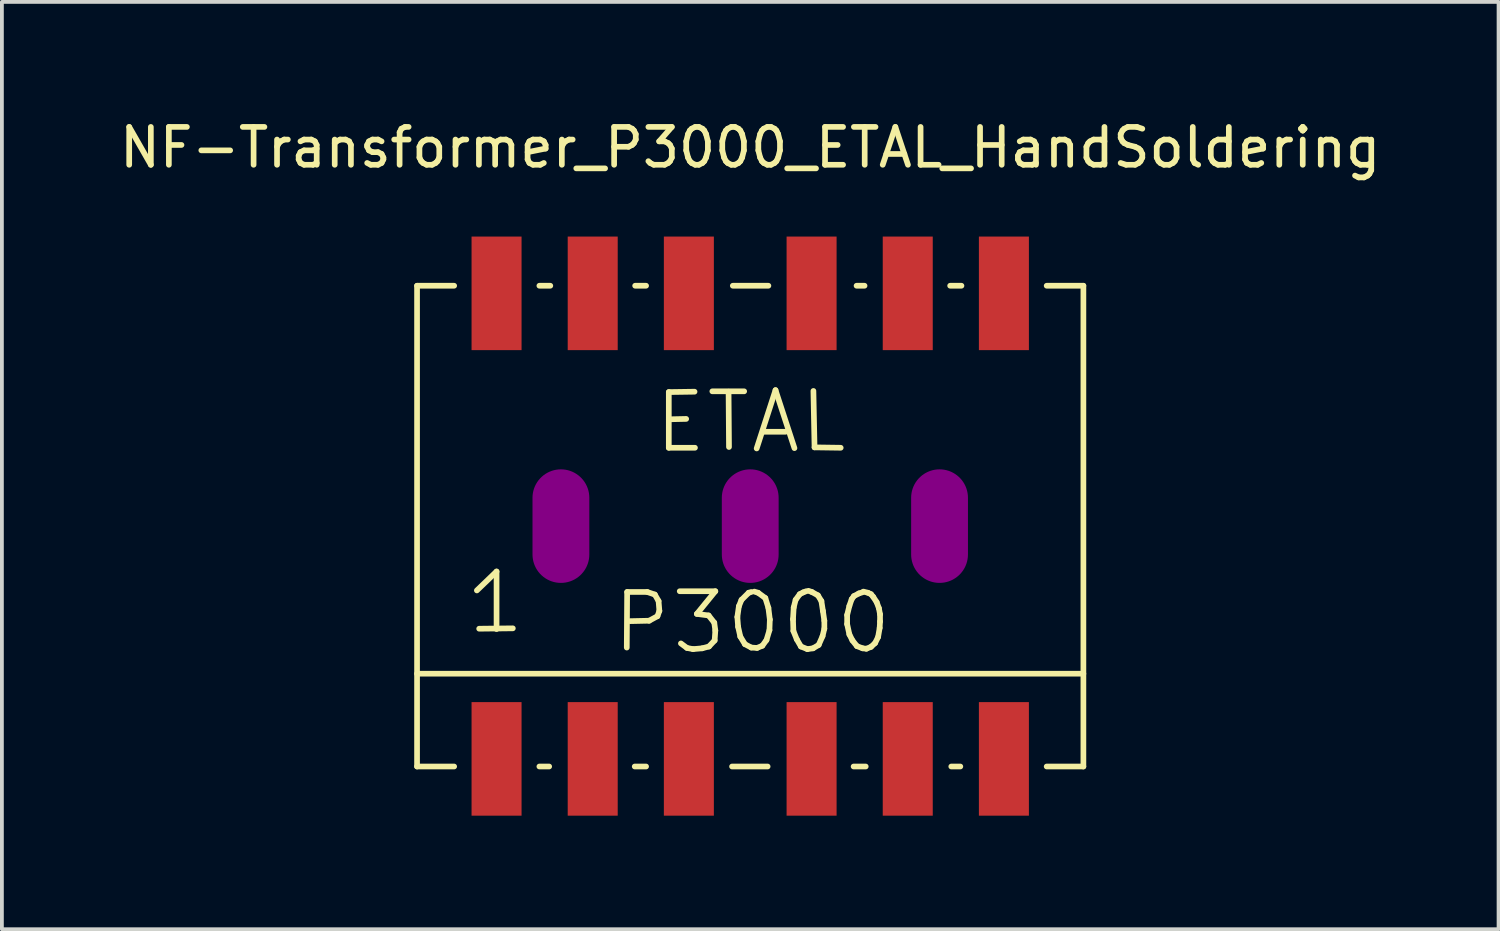
<source format=kicad_pcb>
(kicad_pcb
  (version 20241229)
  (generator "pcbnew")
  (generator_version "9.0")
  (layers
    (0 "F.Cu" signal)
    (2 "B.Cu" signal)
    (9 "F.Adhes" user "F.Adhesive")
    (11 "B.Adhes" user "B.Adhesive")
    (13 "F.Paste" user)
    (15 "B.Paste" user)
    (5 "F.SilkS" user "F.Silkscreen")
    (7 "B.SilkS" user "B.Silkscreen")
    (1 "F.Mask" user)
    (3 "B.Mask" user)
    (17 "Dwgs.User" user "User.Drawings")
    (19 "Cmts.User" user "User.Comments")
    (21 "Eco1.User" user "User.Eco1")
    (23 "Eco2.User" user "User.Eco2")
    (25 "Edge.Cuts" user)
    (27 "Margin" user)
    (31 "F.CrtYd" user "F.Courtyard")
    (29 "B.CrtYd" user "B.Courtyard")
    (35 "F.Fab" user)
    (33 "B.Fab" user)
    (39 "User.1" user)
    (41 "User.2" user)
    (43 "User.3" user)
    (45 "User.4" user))
  (footprint "NF-Transformer_P3000_ETAL_HandSoldering"
    (layer "F.Cu")
    (at 16.768 10.848)
    (property "Reference" "NF-Transformer_P3000_ETAL_HandSoldering" (at 0 -10 0) (layer "F.SilkS") (effects (font (size 1 1) (thickness 0.15))))
    (attr smd)
    (fp_line (start -8.801 -6.35) (end -7.821 -6.35) (stroke (width 0.15) (type solid)) (layer "F.SilkS"))
    (fp_line (start -8.801 6.35) (end -8.801 -6.35) (stroke (width 0.15) (type solid)) (layer "F.SilkS"))
    (fp_line (start -7.821 6.35) (end -8.801 6.35) (stroke (width 0.15) (type solid)) (layer "F.SilkS"))
    (fp_line (start -7.221 1.699) (end -6.701 1.199) (stroke (width 0.15) (type solid)) (layer "F.SilkS"))
    (fp_line (start -7.16 2.71) (end -6.271 2.7) (stroke (width 0.15) (type solid)) (layer "F.SilkS"))
    (fp_line (start -6.701 1.199) (end -6.701 2.72) (stroke (width 0.15) (type solid)) (layer "F.SilkS"))
    (fp_line (start -5.57 -6.35) (end -5.281 -6.35) (stroke (width 0.15) (type solid)) (layer "F.SilkS"))
    (fp_line (start -5.311 6.35) (end -5.57 6.35) (stroke (width 0.15) (type solid)) (layer "F.SilkS"))
    (fp_line (start -3.261 3.208) (end -3.251 1.74) (stroke (width 0.15) (type solid)) (layer "F.SilkS"))
    (fp_line (start -3.251 1.74) (end -2.72 1.74) (stroke (width 0.15) (type solid)) (layer "F.SilkS"))
    (fp_line (start -3.04 -6.35) (end -2.751 -6.35) (stroke (width 0.15) (type solid)) (layer "F.SilkS"))
    (fp_line (start -2.751 6.35) (end -3.051 6.35) (stroke (width 0.15) (type solid)) (layer "F.SilkS"))
    (fp_line (start -2.72 1.74) (end -2.52 1.808) (stroke (width 0.15) (type solid)) (layer "F.SilkS"))
    (fp_line (start -2.67 2.499) (end -3.17 2.51) (stroke (width 0.15) (type solid)) (layer "F.SilkS"))
    (fp_line (start -2.52 1.808) (end -2.421 1.979) (stroke (width 0.15) (type solid)) (layer "F.SilkS"))
    (fp_line (start -2.451 2.38) (end -2.67 2.499) (stroke (width 0.15) (type solid)) (layer "F.SilkS"))
    (fp_line (start -2.421 1.979) (end -2.4 2.24) (stroke (width 0.15) (type solid)) (layer "F.SilkS"))
    (fp_line (start -2.4 2.24) (end -2.451 2.38) (stroke (width 0.15) (type solid)) (layer "F.SilkS"))
    (fp_line (start -2.151 -3.541) (end -2.151 -2.07) (stroke (width 0.15) (type solid)) (layer "F.SilkS"))
    (fp_line (start -2.151 -2.822) (end -1.692 -2.832) (stroke (width 0.15) (type solid)) (layer "F.SilkS"))
    (fp_line (start -2.151 -2.07) (end -1.46 -2.07) (stroke (width 0.15) (type solid)) (layer "F.SilkS"))
    (fp_line (start -1.862 1.72) (end -0.922 1.72) (stroke (width 0.15) (type solid)) (layer "F.SilkS"))
    (fp_line (start -1.671 3.218) (end -1.831 3.099) (stroke (width 0.15) (type solid)) (layer "F.SilkS"))
    (fp_line (start -1.511 3.249) (end -1.671 3.218) (stroke (width 0.15) (type solid)) (layer "F.SilkS"))
    (fp_line (start -1.471 -3.551) (end -2.151 -3.541) (stroke (width 0.15) (type solid)) (layer "F.SilkS"))
    (fp_line (start -1.41 2.319) (end -1.1 2.36) (stroke (width 0.15) (type solid)) (layer "F.SilkS"))
    (fp_line (start -1.27 3.228) (end -1.511 3.249) (stroke (width 0.15) (type solid)) (layer "F.SilkS"))
    (fp_line (start -1.1 2.36) (end -0.95 2.55) (stroke (width 0.15) (type solid)) (layer "F.SilkS"))
    (fp_line (start -1.09 3.18) (end -1.27 3.228) (stroke (width 0.15) (type solid)) (layer "F.SilkS"))
    (fp_line (start -1.001 -3.561) (end -0.16 -3.561) (stroke (width 0.15) (type solid)) (layer "F.SilkS"))
    (fp_line (start -0.95 2.55) (end -0.922 2.758) (stroke (width 0.15) (type solid)) (layer "F.SilkS"))
    (fp_line (start -0.94 3.02) (end -1.09 3.18) (stroke (width 0.15) (type solid)) (layer "F.SilkS"))
    (fp_line (start -0.922 1.72) (end -1.41 2.319) (stroke (width 0.15) (type solid)) (layer "F.SilkS"))
    (fp_line (start -0.922 2.758) (end -0.94 3.02) (stroke (width 0.15) (type solid)) (layer "F.SilkS"))
    (fp_line (start -0.572 -3.551) (end -0.561 -2.09) (stroke (width 0.15) (type solid)) (layer "F.SilkS"))
    (fp_line (start -0.46 -6.35) (end 0.48 -6.35) (stroke (width 0.15) (type solid)) (layer "F.SilkS"))
    (fp_line (start -0.34 2.4) (end -0.3 2.118) (stroke (width 0.15) (type solid)) (layer "F.SilkS"))
    (fp_line (start -0.32 2.659) (end -0.34 2.4) (stroke (width 0.15) (type solid)) (layer "F.SilkS"))
    (fp_line (start -0.3 2.118) (end -0.231 1.948) (stroke (width 0.15) (type solid)) (layer "F.SilkS"))
    (fp_line (start -0.262 2.918) (end -0.32 2.659) (stroke (width 0.15) (type solid)) (layer "F.SilkS"))
    (fp_line (start -0.231 1.948) (end -0.041 1.76) (stroke (width 0.15) (type solid)) (layer "F.SilkS"))
    (fp_line (start -0.14 3.119) (end -0.262 2.918) (stroke (width 0.15) (type solid)) (layer "F.SilkS"))
    (fp_line (start -0.041 1.76) (end 0.028 1.74) (stroke (width 0.15) (type solid)) (layer "F.SilkS"))
    (fp_line (start 0.028 3.208) (end -0.14 3.119) (stroke (width 0.15) (type solid)) (layer "F.SilkS"))
    (fp_line (start 0.109 1.73) (end 0.208 1.76) (stroke (width 0.15) (type solid)) (layer "F.SilkS"))
    (fp_line (start 0.17 -2.052) (end 0.668 -3.592) (stroke (width 0.15) (type solid)) (layer "F.SilkS"))
    (fp_line (start 0.18 3.218) (end 0.028 3.208) (stroke (width 0.15) (type solid)) (layer "F.SilkS"))
    (fp_line (start 0.208 1.76) (end 0.399 1.9) (stroke (width 0.15) (type solid)) (layer "F.SilkS"))
    (fp_line (start 0.32 3.16) (end 0.18 3.218) (stroke (width 0.15) (type solid)) (layer "F.SilkS"))
    (fp_line (start 0.34 -2.492) (end 0.93 -2.492) (stroke (width 0.15) (type solid)) (layer "F.SilkS"))
    (fp_line (start 0.399 1.9) (end 0.48 2.159) (stroke (width 0.15) (type solid)) (layer "F.SilkS"))
    (fp_line (start 0.429 3.01) (end 0.32 3.16) (stroke (width 0.15) (type solid)) (layer "F.SilkS"))
    (fp_line (start 0.46 6.35) (end -0.48 6.35) (stroke (width 0.15) (type solid)) (layer "F.SilkS"))
    (fp_line (start 0.48 2.159) (end 0.518 2.469) (stroke (width 0.15) (type solid)) (layer "F.SilkS"))
    (fp_line (start 0.508 2.748) (end 0.429 3.01) (stroke (width 0.15) (type solid)) (layer "F.SilkS"))
    (fp_line (start 0.518 2.469) (end 0.508 2.748) (stroke (width 0.15) (type solid)) (layer "F.SilkS"))
    (fp_line (start 0.668 -3.592) (end 1.168 -2.06) (stroke (width 0.15) (type solid)) (layer "F.SilkS"))
    (fp_line (start 1.13 2.459) (end 1.148 2.149) (stroke (width 0.15) (type solid)) (layer "F.SilkS"))
    (fp_line (start 1.14 2.769) (end 1.13 2.459) (stroke (width 0.15) (type solid)) (layer "F.SilkS"))
    (fp_line (start 1.148 2.149) (end 1.199 1.948) (stroke (width 0.15) (type solid)) (layer "F.SilkS"))
    (fp_line (start 1.199 1.948) (end 1.308 1.798) (stroke (width 0.15) (type solid)) (layer "F.SilkS"))
    (fp_line (start 1.229 2.99) (end 1.14 2.769) (stroke (width 0.15) (type solid)) (layer "F.SilkS"))
    (fp_line (start 1.308 1.798) (end 1.4 1.75) (stroke (width 0.15) (type solid)) (layer "F.SilkS"))
    (fp_line (start 1.339 3.18) (end 1.229 2.99) (stroke (width 0.15) (type solid)) (layer "F.SilkS"))
    (fp_line (start 1.4 1.75) (end 1.478 1.72) (stroke (width 0.15) (type solid)) (layer "F.SilkS"))
    (fp_line (start 1.509 3.249) (end 1.339 3.18) (stroke (width 0.15) (type solid)) (layer "F.SilkS"))
    (fp_line (start 1.539 1.709) (end 1.628 1.74) (stroke (width 0.15) (type solid)) (layer "F.SilkS"))
    (fp_line (start 1.628 1.74) (end 1.788 1.829) (stroke (width 0.15) (type solid)) (layer "F.SilkS"))
    (fp_line (start 1.659 3.228) (end 1.509 3.249) (stroke (width 0.15) (type solid)) (layer "F.SilkS"))
    (fp_line (start 1.669 -3.571) (end 1.699 -2.08) (stroke (width 0.15) (type solid)) (layer "F.SilkS"))
    (fp_line (start 1.699 -2.08) (end 2.39 -2.07) (stroke (width 0.15) (type solid)) (layer "F.SilkS"))
    (fp_line (start 1.788 1.829) (end 1.88 1.979) (stroke (width 0.15) (type solid)) (layer "F.SilkS"))
    (fp_line (start 1.808 3.139) (end 1.659 3.228) (stroke (width 0.15) (type solid)) (layer "F.SilkS"))
    (fp_line (start 1.88 1.979) (end 1.92 2.24) (stroke (width 0.15) (type solid)) (layer "F.SilkS"))
    (fp_line (start 1.91 2.908) (end 1.808 3.139) (stroke (width 0.15) (type solid)) (layer "F.SilkS"))
    (fp_line (start 1.92 2.24) (end 1.958 2.499) (stroke (width 0.15) (type solid)) (layer "F.SilkS"))
    (fp_line (start 1.958 2.499) (end 1.958 2.71) (stroke (width 0.15) (type solid)) (layer "F.SilkS"))
    (fp_line (start 1.958 2.71) (end 1.91 2.908) (stroke (width 0.15) (type solid)) (layer "F.SilkS"))
    (fp_line (start 2.56 2.349) (end 2.619 2.108) (stroke (width 0.15) (type solid)) (layer "F.SilkS"))
    (fp_line (start 2.56 2.588) (end 2.56 2.349) (stroke (width 0.15) (type solid)) (layer "F.SilkS"))
    (fp_line (start 2.619 2.108) (end 2.68 1.93) (stroke (width 0.15) (type solid)) (layer "F.SilkS"))
    (fp_line (start 2.619 2.86) (end 2.56 2.588) (stroke (width 0.15) (type solid)) (layer "F.SilkS"))
    (fp_line (start 2.68 1.93) (end 2.738 1.849) (stroke (width 0.15) (type solid)) (layer "F.SilkS"))
    (fp_line (start 2.7 3.02) (end 2.619 2.86) (stroke (width 0.15) (type solid)) (layer "F.SilkS"))
    (fp_line (start 2.738 1.849) (end 2.87 1.778) (stroke (width 0.15) (type solid)) (layer "F.SilkS"))
    (fp_line (start 2.809 -6.35) (end 3.02 -6.35) (stroke (width 0.15) (type solid)) (layer "F.SilkS"))
    (fp_line (start 2.819 3.17) (end 2.7 3.02) (stroke (width 0.15) (type solid)) (layer "F.SilkS"))
    (fp_line (start 2.87 1.778) (end 2.959 1.75) (stroke (width 0.15) (type solid)) (layer "F.SilkS"))
    (fp_line (start 2.969 3.228) (end 2.819 3.17) (stroke (width 0.15) (type solid)) (layer "F.SilkS"))
    (fp_line (start 2.99 1.73) (end 3.109 1.76) (stroke (width 0.15) (type solid)) (layer "F.SilkS"))
    (fp_line (start 3.051 6.35) (end 2.731 6.35) (stroke (width 0.15) (type solid)) (layer "F.SilkS"))
    (fp_line (start 3.068 3.239) (end 2.969 3.228) (stroke (width 0.15) (type solid)) (layer "F.SilkS"))
    (fp_line (start 3.109 1.76) (end 3.19 1.798) (stroke (width 0.15) (type solid)) (layer "F.SilkS"))
    (fp_line (start 3.19 1.798) (end 3.249 1.869) (stroke (width 0.15) (type solid)) (layer "F.SilkS"))
    (fp_line (start 3.19 3.19) (end 3.068 3.239) (stroke (width 0.15) (type solid)) (layer "F.SilkS"))
    (fp_line (start 3.249 1.869) (end 3.34 2.009) (stroke (width 0.15) (type solid)) (layer "F.SilkS"))
    (fp_line (start 3.299 3.089) (end 3.19 3.19) (stroke (width 0.15) (type solid)) (layer "F.SilkS"))
    (fp_line (start 3.34 2.009) (end 3.399 2.169) (stroke (width 0.15) (type solid)) (layer "F.SilkS"))
    (fp_line (start 3.378 2.929) (end 3.299 3.089) (stroke (width 0.15) (type solid)) (layer "F.SilkS"))
    (fp_line (start 3.399 2.169) (end 3.429 2.329) (stroke (width 0.15) (type solid)) (layer "F.SilkS"))
    (fp_line (start 3.419 2.69) (end 3.378 2.929) (stroke (width 0.15) (type solid)) (layer "F.SilkS"))
    (fp_line (start 3.429 2.329) (end 3.429 2.52) (stroke (width 0.15) (type solid)) (layer "F.SilkS"))
    (fp_line (start 3.429 2.52) (end 3.419 2.69) (stroke (width 0.15) (type solid)) (layer "F.SilkS"))
    (fp_line (start 5.281 -6.35) (end 5.58 -6.35) (stroke (width 0.15) (type solid)) (layer "F.SilkS"))
    (fp_line (start 5.55 6.35) (end 5.311 6.35) (stroke (width 0.15) (type solid)) (layer "F.SilkS"))
    (fp_line (start 8.801 -6.35) (end 7.831 -6.35) (stroke (width 0.15) (type solid)) (layer "F.SilkS"))
    (fp_line (start 8.801 -6.35) (end 8.801 6.35) (stroke (width 0.15) (type solid)) (layer "F.SilkS"))
    (fp_line (start 8.801 3.899) (end -8.801 3.899) (stroke (width 0.15) (type solid)) (layer "F.SilkS"))
    (fp_line (start 8.801 6.35) (end 7.831 6.35) (stroke (width 0.15) (type solid)) (layer "F.SilkS"))
    (pad "" smd oval (at -5.001 0) (size 1.501 3) (layers "F.Adhes"))
    (pad "" smd oval (at 0 0) (size 1.501 3) (layers "F.Adhes"))
    (pad "" smd oval (at 5.001 0) (size 1.501 3) (layers "F.Adhes"))
    (pad "1" smd rect (at -6.701 6.149) (size 1.321 3) (layers "F.Cu" "F.Mask" "F.Paste"))
    (pad "2" smd rect (at -4.161 6.149) (size 1.321 3) (layers "F.Cu" "F.Mask" "F.Paste"))
    (pad "3" smd rect (at -1.621 6.149) (size 1.321 3) (layers "F.Cu" "F.Mask" "F.Paste"))
    (pad "4" smd rect (at 1.621 6.149) (size 1.321 3) (layers "F.Cu" "F.Mask" "F.Paste"))
    (pad "5" smd rect (at 4.161 6.149) (size 1.321 3) (layers "F.Cu" "F.Mask" "F.Paste"))
    (pad "6" smd rect (at 6.701 6.149) (size 1.321 3) (layers "F.Cu" "F.Mask" "F.Paste"))
    (pad "7" smd rect (at 6.701 -6.149) (size 1.321 3) (layers "F.Cu" "F.Mask" "F.Paste"))
    (pad "8" smd rect (at 4.161 -6.149) (size 1.321 3) (layers "F.Cu" "F.Mask" "F.Paste"))
    (pad "9" smd rect (at 1.621 -6.149) (size 1.321 3) (layers "F.Cu" "F.Mask" "F.Paste"))
    (pad "10" smd rect (at -1.621 -6.149) (size 1.321 3) (layers "F.Cu" "F.Mask" "F.Paste"))
    (pad "11" smd rect (at -4.161 -6.149) (size 1.321 3) (layers "F.Cu" "F.Mask" "F.Paste"))
    (pad "12" smd rect (at -6.701 -6.149) (size 1.321 3) (layers "F.Cu" "F.Mask" "F.Paste")))
  (gr_rect
    (start -3 -3)
    (end 36.536 21.497)
    (stroke (width 0.1) (type default))
    (fill no)
    (layer "Edge.Cuts")))
</source>
